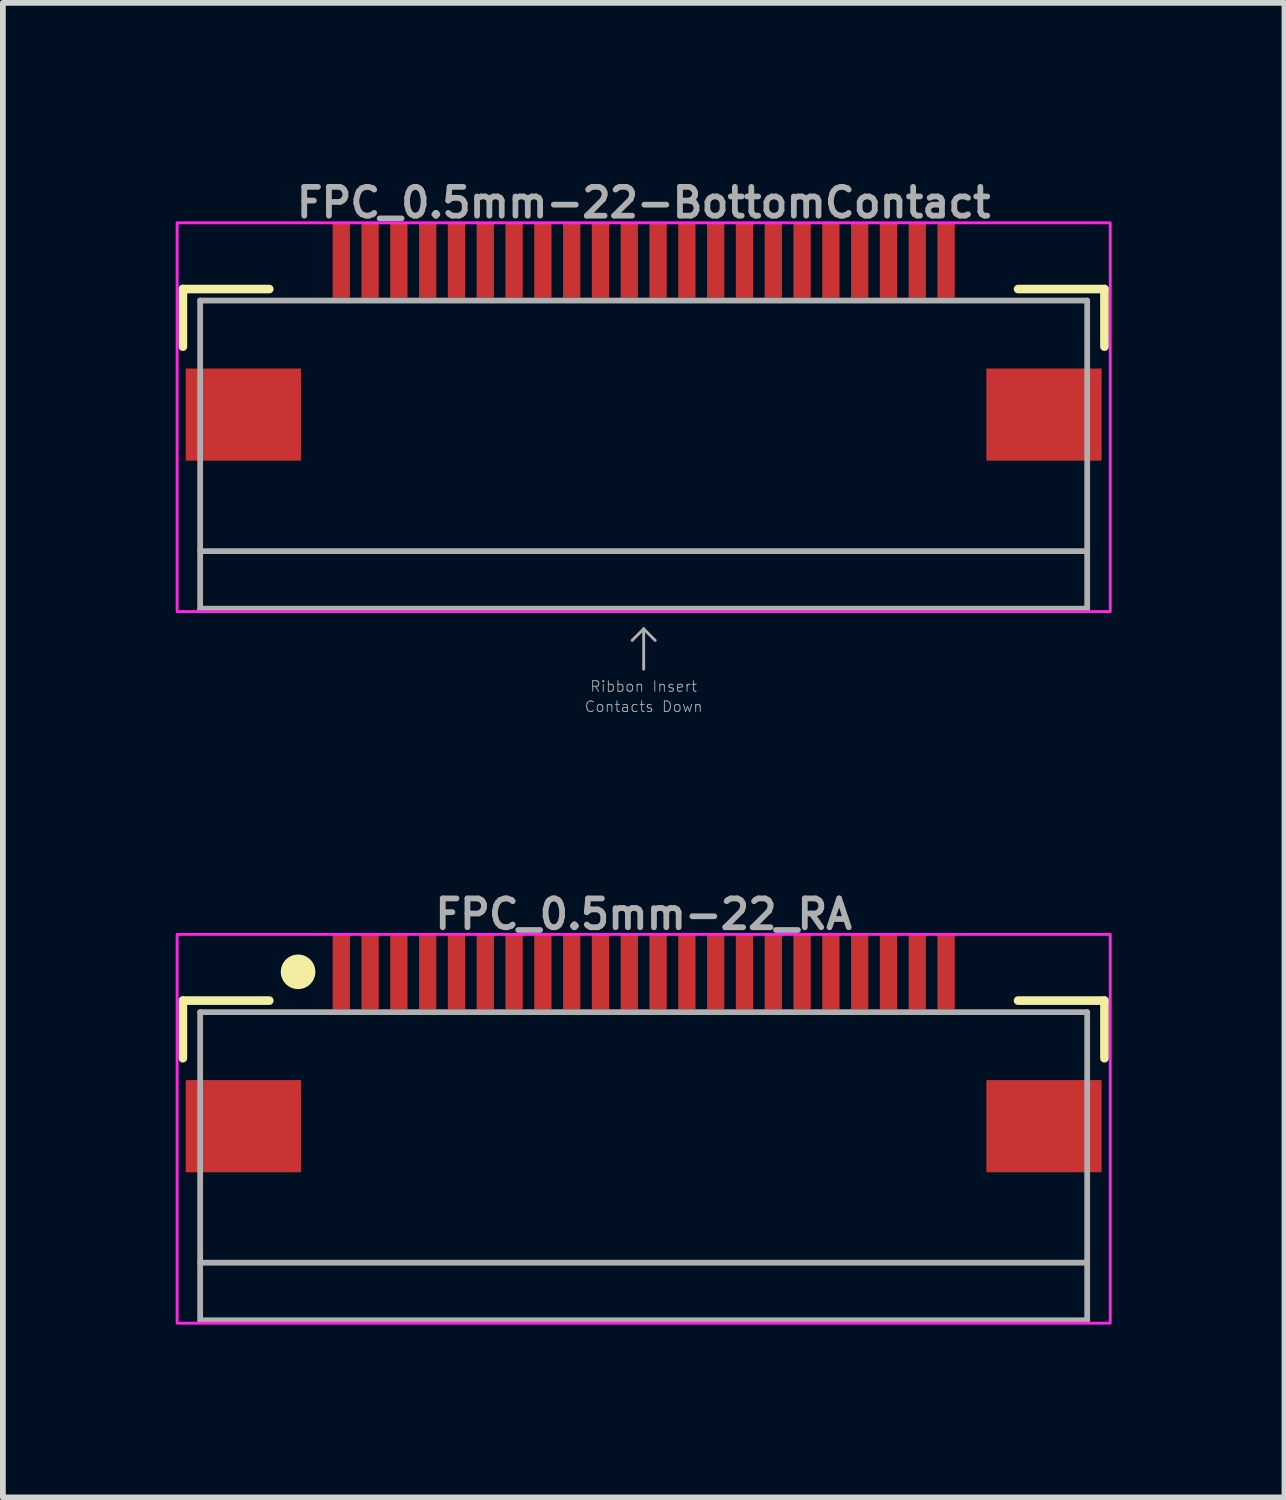
<source format=kicad_pcb>
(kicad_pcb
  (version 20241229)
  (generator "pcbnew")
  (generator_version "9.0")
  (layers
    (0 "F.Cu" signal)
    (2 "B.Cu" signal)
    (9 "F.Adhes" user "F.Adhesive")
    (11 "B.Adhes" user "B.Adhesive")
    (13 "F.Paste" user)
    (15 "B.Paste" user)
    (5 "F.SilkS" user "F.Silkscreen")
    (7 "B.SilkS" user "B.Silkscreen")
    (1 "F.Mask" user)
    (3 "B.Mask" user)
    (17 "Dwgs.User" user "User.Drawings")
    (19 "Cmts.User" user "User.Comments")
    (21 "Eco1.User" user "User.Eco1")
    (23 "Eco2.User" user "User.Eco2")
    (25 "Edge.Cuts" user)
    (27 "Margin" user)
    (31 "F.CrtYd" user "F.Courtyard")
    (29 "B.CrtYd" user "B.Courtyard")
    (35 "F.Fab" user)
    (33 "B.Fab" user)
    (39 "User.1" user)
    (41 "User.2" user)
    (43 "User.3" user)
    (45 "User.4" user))
  (footprint "FPC_0.5mm-22-BottomContact"
    (layer "F.Cu")
    (at 8.125 1.468)
    (property "Reference" "FPC_0.5mm-22-BottomContact" (at 0 -1 0) (unlocked yes) (layer "F.Fab") (effects (font (size 0.5 0.5) (thickness 0.1))))
    (attr smd)
    (fp_line (start -8 0.5) (end -6.5 0.5) (stroke (width 0.15) (type default)) (layer "F.SilkS"))
    (fp_line (start -8 1.5) (end -8 0.5) (stroke (width 0.15) (type default)) (layer "F.SilkS"))
    (fp_line (start 6.5 0.5) (end 8 0.5) (stroke (width 0.15) (type default)) (layer "F.SilkS"))
    (fp_line (start 8 0.5) (end 8 1.5) (stroke (width 0.15) (type default)) (layer "F.SilkS"))
    (fp_rect (start -5.35 -0.5) (end -5.15 0.5) (stroke (width 0) (type default)) (fill yes) (layer "F.Paste"))
    (fp_rect (start -4.85 -0.5) (end -4.65 0.5) (stroke (width 0) (type default)) (fill yes) (layer "F.Paste"))
    (fp_rect (start -4.35 -0.5) (end -4.15 0.5) (stroke (width 0) (type default)) (fill yes) (layer "F.Paste"))
    (fp_rect (start -3.85 -0.5) (end -3.65 0.5) (stroke (width 0) (type default)) (fill yes) (layer "F.Paste"))
    (fp_rect (start -3.35 -0.5) (end -3.15 0.5) (stroke (width 0) (type default)) (fill yes) (layer "F.Paste"))
    (fp_rect (start -2.85 -0.5) (end -2.65 0.5) (stroke (width 0) (type default)) (fill yes) (layer "F.Paste"))
    (fp_rect (start -2.35 -0.5) (end -2.15 0.5) (stroke (width 0) (type default)) (fill yes) (layer "F.Paste"))
    (fp_rect (start -1.85 -0.5) (end -1.65 0.5) (stroke (width 0) (type default)) (fill yes) (layer "F.Paste"))
    (fp_rect (start -1.35 -0.5) (end -1.15 0.5) (stroke (width 0) (type default)) (fill yes) (layer "F.Paste"))
    (fp_rect (start -0.85 -0.5) (end -0.65 0.5) (stroke (width 0) (type default)) (fill yes) (layer "F.Paste"))
    (fp_rect (start -0.35 -0.5) (end -0.15 0.5) (stroke (width 0) (type default)) (fill yes) (layer "F.Paste"))
    (fp_rect (start 0.15 -0.5) (end 0.35 0.5) (stroke (width 0) (type default)) (fill yes) (layer "F.Paste"))
    (fp_rect (start 0.65 -0.5) (end 0.85 0.5) (stroke (width 0) (type default)) (fill yes) (layer "F.Paste"))
    (fp_rect (start 1.15 -0.5) (end 1.35 0.5) (stroke (width 0) (type default)) (fill yes) (layer "F.Paste"))
    (fp_rect (start 1.65 -0.5) (end 1.85 0.5) (stroke (width 0) (type default)) (fill yes) (layer "F.Paste"))
    (fp_rect (start 2.15 -0.5) (end 2.35 0.5) (stroke (width 0) (type default)) (fill yes) (layer "F.Paste"))
    (fp_rect (start 2.65 -0.5) (end 2.85 0.5) (stroke (width 0) (type default)) (fill yes) (layer "F.Paste"))
    (fp_rect (start 3.15 -0.5) (end 3.35 0.5) (stroke (width 0) (type default)) (fill yes) (layer "F.Paste"))
    (fp_rect (start 3.65 -0.5) (end 3.85 0.5) (stroke (width 0) (type default)) (fill yes) (layer "F.Paste"))
    (fp_rect (start 4.15 -0.5) (end 4.35 0.5) (stroke (width 0) (type default)) (fill yes) (layer "F.Paste"))
    (fp_rect (start 4.65 -0.5) (end 4.85 0.5) (stroke (width 0) (type default)) (fill yes) (layer "F.Paste"))
    (fp_rect (start 5.15 -0.5) (end 5.35 0.5) (stroke (width 0) (type default)) (fill yes) (layer "F.Paste"))
    (fp_rect (start -8.1 -0.65) (end 8.1 6.1) (stroke (width 0.05) (type default)) (fill no) (layer "F.CrtYd"))
    (fp_line (start -7.7 0.7) (end -7.7 6.05) (stroke (width 0.1) (type default)) (layer "F.Fab"))
    (fp_line (start -7.7 6.05) (end 7.7 6.05) (stroke (width 0.1) (type default)) (layer "F.Fab"))
    (fp_line (start 0 6.4) (end -0.2 6.6) (stroke (width 0.05) (type solid)) (layer "F.Fab"))
    (fp_line (start 0 6.4) (end 0.2 6.6) (stroke (width 0.05) (type solid)) (layer "F.Fab"))
    (fp_line (start 0 7.1) (end 0 6.4) (stroke (width 0.05) (type solid)) (layer "F.Fab"))
    (fp_line (start 7.7 0.7) (end -7.7 0.7) (stroke (width 0.1) (type default)) (layer "F.Fab"))
    (fp_line (start 7.7 5.05) (end -7.7 5.05) (stroke (width 0.1) (type default)) (layer "F.Fab"))
    (fp_line (start 7.7 6.05) (end 7.7 0.7) (stroke (width 0.1) (type default)) (layer "F.Fab"))
    (fp_text user "Ribbon Insert" (at 0 7.4 0) (layer "F.Fab") (effects (font (size 0.184 0.184) (thickness 0.016))))
    (fp_text user "Contacts Down" (at 0 7.75 0) (layer "F.Fab") (effects (font (size 0.184 0.184) (thickness 0.016))))
    (pad "1" smd rect (at -5.25 0 180) (size 0.3 1.3) (layers "F.Cu" "F.Mask"))
    (pad "2" smd rect (at -4.75 0 180) (size 0.3 1.3) (layers "F.Cu" "F.Mask"))
    (pad "3" smd rect (at -4.25 0 180) (size 0.3 1.3) (layers "F.Cu" "F.Mask"))
    (pad "4" smd rect (at -3.75 0 180) (size 0.3 1.3) (layers "F.Cu" "F.Mask"))
    (pad "5" smd rect (at -3.25 0 180) (size 0.3 1.3) (layers "F.Cu" "F.Mask"))
    (pad "6" smd rect (at -2.75 0 180) (size 0.3 1.3) (layers "F.Cu" "F.Mask"))
    (pad "7" smd rect (at -2.25 0 180) (size 0.3 1.3) (layers "F.Cu" "F.Mask"))
    (pad "8" smd rect (at -1.75 0 180) (size 0.3 1.3) (layers "F.Cu" "F.Mask"))
    (pad "9" smd rect (at -1.25 0 180) (size 0.3 1.3) (layers "F.Cu" "F.Mask"))
    (pad "10" smd rect (at -0.75 0 180) (size 0.3 1.3) (layers "F.Cu" "F.Mask"))
    (pad "11" smd rect (at -0.25 0 180) (size 0.3 1.3) (layers "F.Cu" "F.Mask"))
    (pad "12" smd rect (at 0.25 0 180) (size 0.3 1.3) (layers "F.Cu" "F.Mask"))
    (pad "13" smd rect (at 0.75 0 180) (size 0.3 1.3) (layers "F.Cu" "F.Mask"))
    (pad "14" smd rect (at 1.25 0 180) (size 0.3 1.3) (layers "F.Cu" "F.Mask"))
    (pad "15" smd rect (at 1.75 0 180) (size 0.3 1.3) (layers "F.Cu" "F.Mask"))
    (pad "16" smd rect (at 2.25 0 180) (size 0.3 1.3) (layers "F.Cu" "F.Mask"))
    (pad "17" smd rect (at 2.75 0 180) (size 0.3 1.3) (layers "F.Cu" "F.Mask"))
    (pad "18" smd rect (at 3.25 0 180) (size 0.3 1.3) (layers "F.Cu" "F.Mask"))
    (pad "19" smd rect (at 3.75 0 180) (size 0.3 1.3) (layers "F.Cu" "F.Mask"))
    (pad "20" smd rect (at 4.25 0 180) (size 0.3 1.3) (layers "F.Cu" "F.Mask"))
    (pad "21" smd rect (at 4.75 0 180) (size 0.3 1.3) (layers "F.Cu" "F.Mask"))
    (pad "22" smd rect (at 5.25 0 180) (size 0.3 1.3) (layers "F.Cu" "F.Mask"))
    (pad "NC" smd rect (at -6.95 2.68 90) (size 1.6 2) (layers "F.Cu" "F.Mask" "F.Paste"))
    (pad "NC" smd rect (at 6.95 2.68 90) (size 1.6 2) (layers "F.Cu" "F.Mask" "F.Paste")))
  (footprint "FPC_0.5mm-22_RA"
    (layer "F.Cu")
    (at 8.125 13.822)
    (property "Reference" "FPC_0.5mm-22_RA" (at 0 -1 0) (unlocked yes) (layer "F.Fab") (effects (font (size 0.5 0.5) (thickness 0.1))))
    (attr smd)
    (fp_line (start -8 0.5) (end -6.5 0.5) (stroke (width 0.15) (type default)) (layer "F.SilkS"))
    (fp_line (start -8 1.5) (end -8 0.5) (stroke (width 0.15) (type default)) (layer "F.SilkS"))
    (fp_line (start 6.5 0.5) (end 8 0.5) (stroke (width 0.15) (type default)) (layer "F.SilkS"))
    (fp_line (start 8 0.5) (end 8 1.5) (stroke (width 0.15) (type default)) (layer "F.SilkS"))
    (fp_circle (center -6 0) (end -5.8 0) (stroke (width 0.2) (type solid)) (fill yes) (layer "F.SilkS"))
    (fp_rect (start -5.35 -0.5) (end -5.15 0.5) (stroke (width 0) (type default)) (fill yes) (layer "F.Paste"))
    (fp_rect (start -4.85 -0.5) (end -4.65 0.5) (stroke (width 0) (type default)) (fill yes) (layer "F.Paste"))
    (fp_rect (start -4.35 -0.5) (end -4.15 0.5) (stroke (width 0) (type default)) (fill yes) (layer "F.Paste"))
    (fp_rect (start -3.85 -0.5) (end -3.65 0.5) (stroke (width 0) (type default)) (fill yes) (layer "F.Paste"))
    (fp_rect (start -3.35 -0.5) (end -3.15 0.5) (stroke (width 0) (type default)) (fill yes) (layer "F.Paste"))
    (fp_rect (start -2.85 -0.5) (end -2.65 0.5) (stroke (width 0) (type default)) (fill yes) (layer "F.Paste"))
    (fp_rect (start -2.35 -0.5) (end -2.15 0.5) (stroke (width 0) (type default)) (fill yes) (layer "F.Paste"))
    (fp_rect (start -1.85 -0.5) (end -1.65 0.5) (stroke (width 0) (type default)) (fill yes) (layer "F.Paste"))
    (fp_rect (start -1.35 -0.5) (end -1.15 0.5) (stroke (width 0) (type default)) (fill yes) (layer "F.Paste"))
    (fp_rect (start -0.85 -0.5) (end -0.65 0.5) (stroke (width 0) (type default)) (fill yes) (layer "F.Paste"))
    (fp_rect (start -0.35 -0.5) (end -0.15 0.5) (stroke (width 0) (type default)) (fill yes) (layer "F.Paste"))
    (fp_rect (start 0.15 -0.5) (end 0.35 0.5) (stroke (width 0) (type default)) (fill yes) (layer "F.Paste"))
    (fp_rect (start 0.65 -0.5) (end 0.85 0.5) (stroke (width 0) (type default)) (fill yes) (layer "F.Paste"))
    (fp_rect (start 1.15 -0.5) (end 1.35 0.5) (stroke (width 0) (type default)) (fill yes) (layer "F.Paste"))
    (fp_rect (start 1.65 -0.5) (end 1.85 0.5) (stroke (width 0) (type default)) (fill yes) (layer "F.Paste"))
    (fp_rect (start 2.15 -0.5) (end 2.35 0.5) (stroke (width 0) (type default)) (fill yes) (layer "F.Paste"))
    (fp_rect (start 2.65 -0.5) (end 2.85 0.5) (stroke (width 0) (type default)) (fill yes) (layer "F.Paste"))
    (fp_rect (start 3.15 -0.5) (end 3.35 0.5) (stroke (width 0) (type default)) (fill yes) (layer "F.Paste"))
    (fp_rect (start 3.65 -0.5) (end 3.85 0.5) (stroke (width 0) (type default)) (fill yes) (layer "F.Paste"))
    (fp_rect (start 4.15 -0.5) (end 4.35 0.5) (stroke (width 0) (type default)) (fill yes) (layer "F.Paste"))
    (fp_rect (start 4.65 -0.5) (end 4.85 0.5) (stroke (width 0) (type default)) (fill yes) (layer "F.Paste"))
    (fp_rect (start 5.15 -0.5) (end 5.35 0.5) (stroke (width 0) (type default)) (fill yes) (layer "F.Paste"))
    (fp_rect (start -8.1 -0.65) (end 8.1 6.1) (stroke (width 0.05) (type default)) (fill no) (layer "F.CrtYd"))
    (fp_line (start -7.7 0.7) (end -7.7 6.05) (stroke (width 0.1) (type default)) (layer "F.Fab"))
    (fp_line (start -7.7 6.05) (end 7.7 6.05) (stroke (width 0.1) (type default)) (layer "F.Fab"))
    (fp_line (start 7.7 0.7) (end -7.7 0.7) (stroke (width 0.1) (type default)) (layer "F.Fab"))
    (fp_line (start 7.7 5.05) (end -7.7 5.05) (stroke (width 0.1) (type default)) (layer "F.Fab"))
    (fp_line (start 7.7 6.05) (end 7.7 0.7) (stroke (width 0.1) (type default)) (layer "F.Fab"))
    (pad "1" smd rect (at -5.25 0 180) (size 0.3 1.3) (layers "F.Cu" "F.Mask"))
    (pad "2" smd rect (at -4.75 0 180) (size 0.3 1.3) (layers "F.Cu" "F.Mask"))
    (pad "3" smd rect (at -4.25 0 180) (size 0.3 1.3) (layers "F.Cu" "F.Mask"))
    (pad "4" smd rect (at -3.75 0 180) (size 0.3 1.3) (layers "F.Cu" "F.Mask"))
    (pad "5" smd rect (at -3.25 0 180) (size 0.3 1.3) (layers "F.Cu" "F.Mask"))
    (pad "6" smd rect (at -2.75 0 180) (size 0.3 1.3) (layers "F.Cu" "F.Mask"))
    (pad "7" smd rect (at -2.25 0 180) (size 0.3 1.3) (layers "F.Cu" "F.Mask"))
    (pad "8" smd rect (at -1.75 0 180) (size 0.3 1.3) (layers "F.Cu" "F.Mask"))
    (pad "9" smd rect (at -1.25 0 180) (size 0.3 1.3) (layers "F.Cu" "F.Mask"))
    (pad "10" smd rect (at -0.75 0 180) (size 0.3 1.3) (layers "F.Cu" "F.Mask"))
    (pad "11" smd rect (at -0.25 0 180) (size 0.3 1.3) (layers "F.Cu" "F.Mask"))
    (pad "12" smd rect (at 0.25 0 180) (size 0.3 1.3) (layers "F.Cu" "F.Mask"))
    (pad "13" smd rect (at 0.75 0 180) (size 0.3 1.3) (layers "F.Cu" "F.Mask"))
    (pad "14" smd rect (at 1.25 0 180) (size 0.3 1.3) (layers "F.Cu" "F.Mask"))
    (pad "15" smd rect (at 1.75 0 180) (size 0.3 1.3) (layers "F.Cu" "F.Mask"))
    (pad "16" smd rect (at 2.25 0 180) (size 0.3 1.3) (layers "F.Cu" "F.Mask"))
    (pad "17" smd rect (at 2.75 0 180) (size 0.3 1.3) (layers "F.Cu" "F.Mask"))
    (pad "18" smd rect (at 3.25 0 180) (size 0.3 1.3) (layers "F.Cu" "F.Mask"))
    (pad "19" smd rect (at 3.75 0 180) (size 0.3 1.3) (layers "F.Cu" "F.Mask"))
    (pad "20" smd rect (at 4.25 0 180) (size 0.3 1.3) (layers "F.Cu" "F.Mask"))
    (pad "21" smd rect (at 4.75 0 180) (size 0.3 1.3) (layers "F.Cu" "F.Mask"))
    (pad "22" smd rect (at 5.25 0 180) (size 0.3 1.3) (layers "F.Cu" "F.Mask"))
    (pad "NC" smd rect (at -6.95 2.68 90) (size 1.6 2) (layers "F.Cu" "F.Mask" "F.Paste"))
    (pad "NC" smd rect (at 6.95 2.68 90) (size 1.6 2) (layers "F.Cu" "F.Mask" "F.Paste")))
  (gr_rect
    (start -3 -3)
    (end 19.25 22.947)
    (stroke (width 0.1) (type default))
    (fill no)
    (layer "Edge.Cuts")))
</source>
